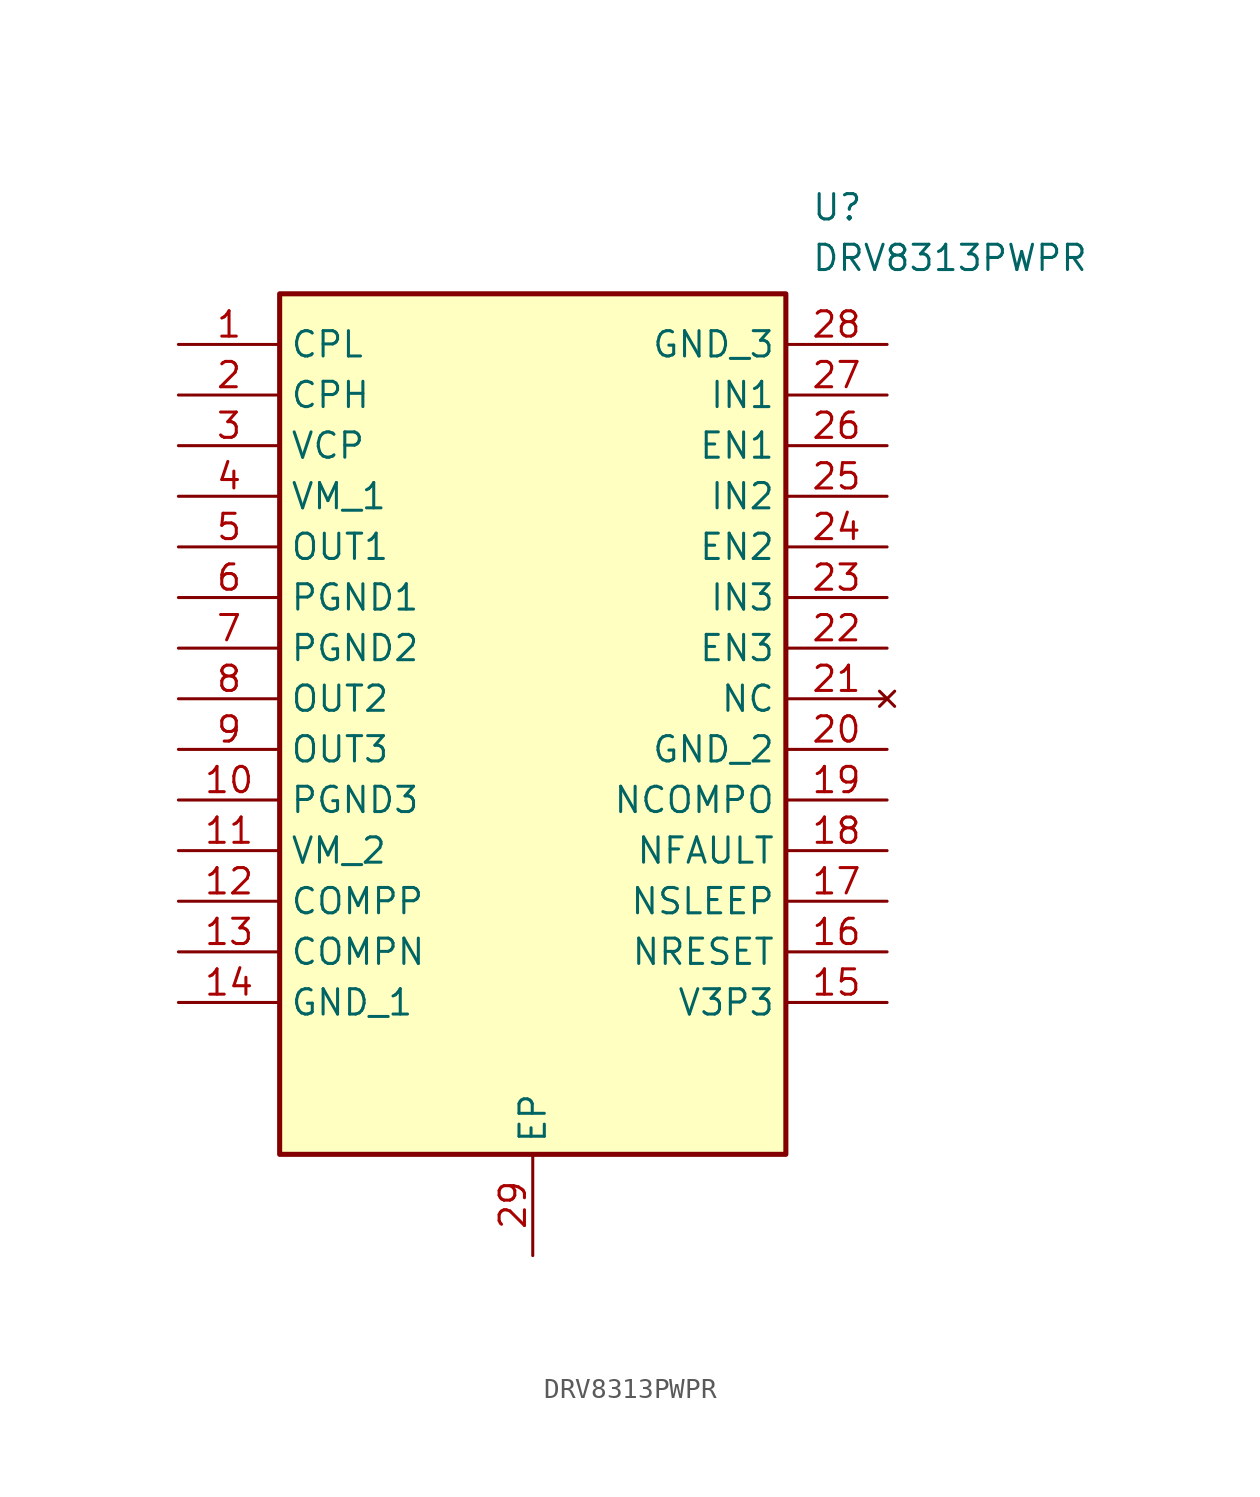
<source format=kicad_sym>
(kicad_symbol_lib
  (version 20220914)
  (generator kicad_symbol_editor)
  (symbol "DRV8313PWPR"
    (property "Reference" "U"
      (at 31.75 7.62 0)
      (effects (font (size 1.27 1.27)) (justify left top)))
    (property "Value" "DRV8313PWPR"
      (at 31.75 5.08 0)
      (effects (font (size 1.27 1.27)) (justify left top)))
    (symbol "DRV8313PWPR_1_1"
      (rectangle (start 5.08 2.54) (end 30.48 -40.64) (stroke (width 0.254) (type default)) (fill (type background)))
      (pin passive line (at 0 0 0) (length 5.08) (name "CPL" (effects (font (size 1.27 1.27)))) (number "1" (effects (font (size 1.27 1.27)))))
      (pin passive line (at 0 -22.86 0) (length 5.08) (name "PGND3" (effects (font (size 1.27 1.27)))) (number "10" (effects (font (size 1.27 1.27)))))
      (pin passive line (at 0 -25.4 0) (length 5.08) (name "VM_2" (effects (font (size 1.27 1.27)))) (number "11" (effects (font (size 1.27 1.27)))))
      (pin passive line (at 0 -27.94 0) (length 5.08) (name "COMPP" (effects (font (size 1.27 1.27)))) (number "12" (effects (font (size 1.27 1.27)))))
      (pin passive line (at 0 -30.48 0) (length 5.08) (name "COMPN" (effects (font (size 1.27 1.27)))) (number "13" (effects (font (size 1.27 1.27)))))
      (pin passive line (at 0 -33.02 0) (length 5.08) (name "GND_1" (effects (font (size 1.27 1.27)))) (number "14" (effects (font (size 1.27 1.27)))))
      (pin passive line (at 35.56 -33.02 180) (length 5.08) (name "V3P3" (effects (font (size 1.27 1.27)))) (number "15" (effects (font (size 1.27 1.27)))))
      (pin passive line (at 35.56 -30.48 180) (length 5.08) (name "NRESET" (effects (font (size 1.27 1.27)))) (number "16" (effects (font (size 1.27 1.27)))))
      (pin passive line (at 35.56 -27.94 180) (length 5.08) (name "NSLEEP" (effects (font (size 1.27 1.27)))) (number "17" (effects (font (size 1.27 1.27)))))
      (pin passive line (at 35.56 -25.4 180) (length 5.08) (name "NFAULT" (effects (font (size 1.27 1.27)))) (number "18" (effects (font (size 1.27 1.27)))))
      (pin passive line (at 35.56 -22.86 180) (length 5.08) (name "NCOMPO" (effects (font (size 1.27 1.27)))) (number "19" (effects (font (size 1.27 1.27)))))
      (pin passive line (at 0 -2.54 0) (length 5.08) (name "CPH" (effects (font (size 1.27 1.27)))) (number "2" (effects (font (size 1.27 1.27)))))
      (pin passive line (at 35.56 -20.32 180) (length 5.08) (name "GND_2" (effects (font (size 1.27 1.27)))) (number "20" (effects (font (size 1.27 1.27)))))
      (pin no_connect line (at 35.56 -17.78 180) (length 5.08) (name "NC" (effects (font (size 1.27 1.27)))) (number "21" (effects (font (size 1.27 1.27)))))
      (pin passive line (at 35.56 -15.24 180) (length 5.08) (name "EN3" (effects (font (size 1.27 1.27)))) (number "22" (effects (font (size 1.27 1.27)))))
      (pin passive line (at 35.56 -12.7 180) (length 5.08) (name "IN3" (effects (font (size 1.27 1.27)))) (number "23" (effects (font (size 1.27 1.27)))))
      (pin passive line (at 35.56 -10.16 180) (length 5.08) (name "EN2" (effects (font (size 1.27 1.27)))) (number "24" (effects (font (size 1.27 1.27)))))
      (pin passive line (at 35.56 -7.62 180) (length 5.08) (name "IN2" (effects (font (size 1.27 1.27)))) (number "25" (effects (font (size 1.27 1.27)))))
      (pin passive line (at 35.56 -5.08 180) (length 5.08) (name "EN1" (effects (font (size 1.27 1.27)))) (number "26" (effects (font (size 1.27 1.27)))))
      (pin passive line (at 35.56 -2.54 180) (length 5.08) (name "IN1" (effects (font (size 1.27 1.27)))) (number "27" (effects (font (size 1.27 1.27)))))
      (pin passive line (at 35.56 0 180) (length 5.08) (name "GND_3" (effects (font (size 1.27 1.27)))) (number "28" (effects (font (size 1.27 1.27)))))
      (pin passive line (at 17.78 -45.72 90) (length 5.08) (name "EP" (effects (font (size 1.27 1.27)))) (number "29" (effects (font (size 1.27 1.27)))))
      (pin passive line (at 0 -5.08 0) (length 5.08) (name "VCP" (effects (font (size 1.27 1.27)))) (number "3" (effects (font (size 1.27 1.27)))))
      (pin passive line (at 0 -7.62 0) (length 5.08) (name "VM_1" (effects (font (size 1.27 1.27)))) (number "4" (effects (font (size 1.27 1.27)))))
      (pin passive line (at 0 -10.16 0) (length 5.08) (name "OUT1" (effects (font (size 1.27 1.27)))) (number "5" (effects (font (size 1.27 1.27)))))
      (pin passive line (at 0 -12.7 0) (length 5.08) (name "PGND1" (effects (font (size 1.27 1.27)))) (number "6" (effects (font (size 1.27 1.27)))))
      (pin passive line (at 0 -15.24 0) (length 5.08) (name "PGND2" (effects (font (size 1.27 1.27)))) (number "7" (effects (font (size 1.27 1.27)))))
      (pin passive line (at 0 -17.78 0) (length 5.08) (name "OUT2" (effects (font (size 1.27 1.27)))) (number "8" (effects (font (size 1.27 1.27)))))
      (pin passive line (at 0 -20.32 0) (length 5.08) (name "OUT3" (effects (font (size 1.27 1.27)))) (number "9" (effects (font (size 1.27 1.27))))))))
</source>
